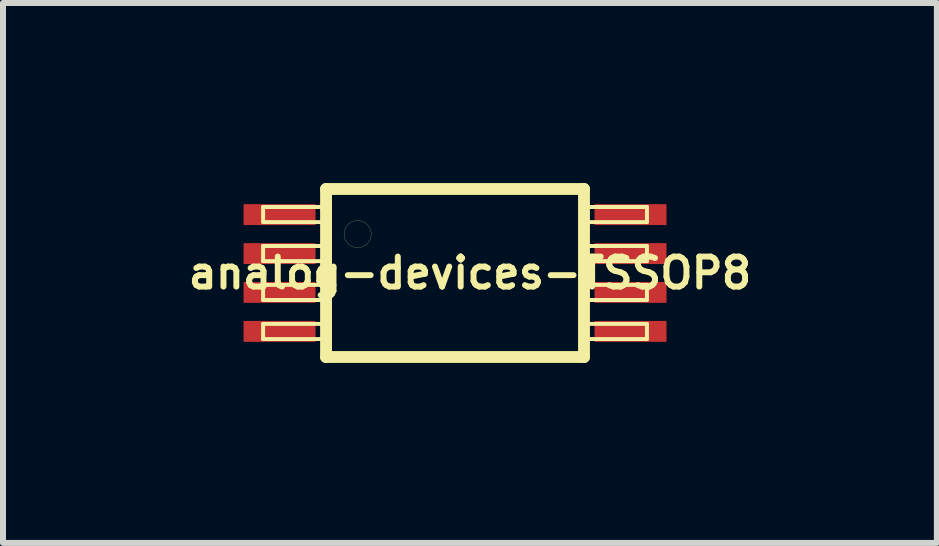
<source format=kicad_pcb>
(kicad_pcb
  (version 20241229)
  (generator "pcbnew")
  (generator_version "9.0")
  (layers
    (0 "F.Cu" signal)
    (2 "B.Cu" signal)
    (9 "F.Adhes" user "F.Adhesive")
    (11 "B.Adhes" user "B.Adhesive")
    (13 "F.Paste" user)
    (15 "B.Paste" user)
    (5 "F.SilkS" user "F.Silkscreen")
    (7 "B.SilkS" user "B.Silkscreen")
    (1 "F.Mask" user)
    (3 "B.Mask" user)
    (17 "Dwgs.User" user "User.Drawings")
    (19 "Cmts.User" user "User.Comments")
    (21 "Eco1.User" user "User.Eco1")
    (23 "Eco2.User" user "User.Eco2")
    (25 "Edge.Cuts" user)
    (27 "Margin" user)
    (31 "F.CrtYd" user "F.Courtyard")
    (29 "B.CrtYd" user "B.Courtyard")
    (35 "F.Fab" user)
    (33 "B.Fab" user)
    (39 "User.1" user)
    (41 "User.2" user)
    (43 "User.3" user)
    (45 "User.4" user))
  (footprint "analog-devices-TSSOP8"
    (layer "F.Cu")
    (at 4.532 1.499)
    (property "Reference" "analog-devices-TSSOP8" (at 0.249 0 0) (layer "F.SilkS") (effects (font (size 0.5 0.5) (thickness 0.099))))
    (attr smd)
    (fp_line (start -3.198 -1.1) (end -2.2 -1.1) (stroke (width 0.066) (type solid)) (layer "F.SilkS"))
    (fp_line (start -3.198 -0.848) (end -3.198 -1.1) (stroke (width 0.066) (type solid)) (layer "F.SilkS"))
    (fp_line (start -3.198 -0.848) (end -2.2 -0.848) (stroke (width 0.066) (type solid)) (layer "F.SilkS"))
    (fp_line (start -3.198 -0.45) (end -2.2 -0.45) (stroke (width 0.066) (type solid)) (layer "F.SilkS"))
    (fp_line (start -3.198 -0.198) (end -3.198 -0.45) (stroke (width 0.066) (type solid)) (layer "F.SilkS"))
    (fp_line (start -3.198 -0.198) (end -2.2 -0.198) (stroke (width 0.066) (type solid)) (layer "F.SilkS"))
    (fp_line (start -3.198 0.198) (end -2.2 0.198) (stroke (width 0.066) (type solid)) (layer "F.SilkS"))
    (fp_line (start -3.198 0.45) (end -3.198 0.198) (stroke (width 0.066) (type solid)) (layer "F.SilkS"))
    (fp_line (start -3.198 0.45) (end -2.2 0.45) (stroke (width 0.066) (type solid)) (layer "F.SilkS"))
    (fp_line (start -3.198 0.848) (end -2.2 0.848) (stroke (width 0.066) (type solid)) (layer "F.SilkS"))
    (fp_line (start -3.198 1.1) (end -3.198 0.848) (stroke (width 0.066) (type solid)) (layer "F.SilkS"))
    (fp_line (start -3.198 1.1) (end -2.2 1.1) (stroke (width 0.066) (type solid)) (layer "F.SilkS"))
    (fp_line (start -2.2 -0.848) (end -2.2 -1.1) (stroke (width 0.066) (type solid)) (layer "F.SilkS"))
    (fp_line (start -2.2 -0.198) (end -2.2 -0.45) (stroke (width 0.066) (type solid)) (layer "F.SilkS"))
    (fp_line (start -2.2 0.45) (end -2.2 0.198) (stroke (width 0.066) (type solid)) (layer "F.SilkS"))
    (fp_line (start -2.2 1.1) (end -2.2 0.848) (stroke (width 0.066) (type solid)) (layer "F.SilkS"))
    (fp_line (start -2.149 -1.4) (end -2.149 1.4) (stroke (width 0.198) (type solid)) (layer "F.SilkS"))
    (fp_line (start -2.149 1.4) (end 2.149 1.4) (stroke (width 0.198) (type solid)) (layer "F.SilkS"))
    (fp_line (start 2.149 -1.4) (end -2.149 -1.4) (stroke (width 0.198) (type solid)) (layer "F.SilkS"))
    (fp_line (start 2.149 1.4) (end 2.149 -1.4) (stroke (width 0.198) (type solid)) (layer "F.SilkS"))
    (fp_line (start 2.2 -1.1) (end 3.198 -1.1) (stroke (width 0.066) (type solid)) (layer "F.SilkS"))
    (fp_line (start 2.2 -0.848) (end 2.2 -1.1) (stroke (width 0.066) (type solid)) (layer "F.SilkS"))
    (fp_line (start 2.2 -0.848) (end 3.198 -0.848) (stroke (width 0.066) (type solid)) (layer "F.SilkS"))
    (fp_line (start 2.2 -0.45) (end 3.198 -0.45) (stroke (width 0.066) (type solid)) (layer "F.SilkS"))
    (fp_line (start 2.2 -0.198) (end 2.2 -0.45) (stroke (width 0.066) (type solid)) (layer "F.SilkS"))
    (fp_line (start 2.2 -0.198) (end 3.198 -0.198) (stroke (width 0.066) (type solid)) (layer "F.SilkS"))
    (fp_line (start 2.2 0.198) (end 3.198 0.198) (stroke (width 0.066) (type solid)) (layer "F.SilkS"))
    (fp_line (start 2.2 0.45) (end 2.2 0.198) (stroke (width 0.066) (type solid)) (layer "F.SilkS"))
    (fp_line (start 2.2 0.45) (end 3.198 0.45) (stroke (width 0.066) (type solid)) (layer "F.SilkS"))
    (fp_line (start 2.2 0.848) (end 3.198 0.848) (stroke (width 0.066) (type solid)) (layer "F.SilkS"))
    (fp_line (start 2.2 1.1) (end 2.2 0.848) (stroke (width 0.066) (type solid)) (layer "F.SilkS"))
    (fp_line (start 2.2 1.1) (end 3.198 1.1) (stroke (width 0.066) (type solid)) (layer "F.SilkS"))
    (fp_line (start 3.198 -0.848) (end 3.198 -1.1) (stroke (width 0.066) (type solid)) (layer "F.SilkS"))
    (fp_line (start 3.198 -0.198) (end 3.198 -0.45) (stroke (width 0.066) (type solid)) (layer "F.SilkS"))
    (fp_line (start 3.198 0.45) (end 3.198 0.198) (stroke (width 0.066) (type solid)) (layer "F.SilkS"))
    (fp_line (start 3.198 1.1) (end 3.198 0.848) (stroke (width 0.066) (type solid)) (layer "F.SilkS"))
    (fp_circle (center -1.623 -0.648) (end -1.783 -0.808) (stroke (width 0.003) (type solid)) (fill no) (layer "F.SilkS"))
    (pad "1" smd rect (at -2.924 -0.973) (size 1.199 0.348) (layers "F.Cu" "F.Mask" "F.Paste"))
    (pad "2" smd rect (at -2.924 -0.323) (size 1.199 0.348) (layers "F.Cu" "F.Mask" "F.Paste"))
    (pad "3" smd rect (at -2.924 0.323) (size 1.199 0.348) (layers "F.Cu" "F.Mask" "F.Paste"))
    (pad "4" smd rect (at -2.924 0.973) (size 1.199 0.348) (layers "F.Cu" "F.Mask" "F.Paste"))
    (pad "5" smd rect (at 2.924 0.973) (size 1.199 0.348) (layers "F.Cu" "F.Mask" "F.Paste"))
    (pad "6" smd rect (at 2.924 0.323) (size 1.199 0.348) (layers "F.Cu" "F.Mask" "F.Paste"))
    (pad "7" smd rect (at 2.924 -0.323) (size 1.199 0.348) (layers "F.Cu" "F.Mask" "F.Paste"))
    (pad "8" smd rect (at 2.924 -0.973) (size 1.199 0.348) (layers "F.Cu" "F.Mask" "F.Paste")))
  (gr_rect
    (start -3 -3)
    (end 12.561 5.997)
    (stroke (width 0.1) (type default))
    (fill no)
    (layer "Edge.Cuts")))
</source>
